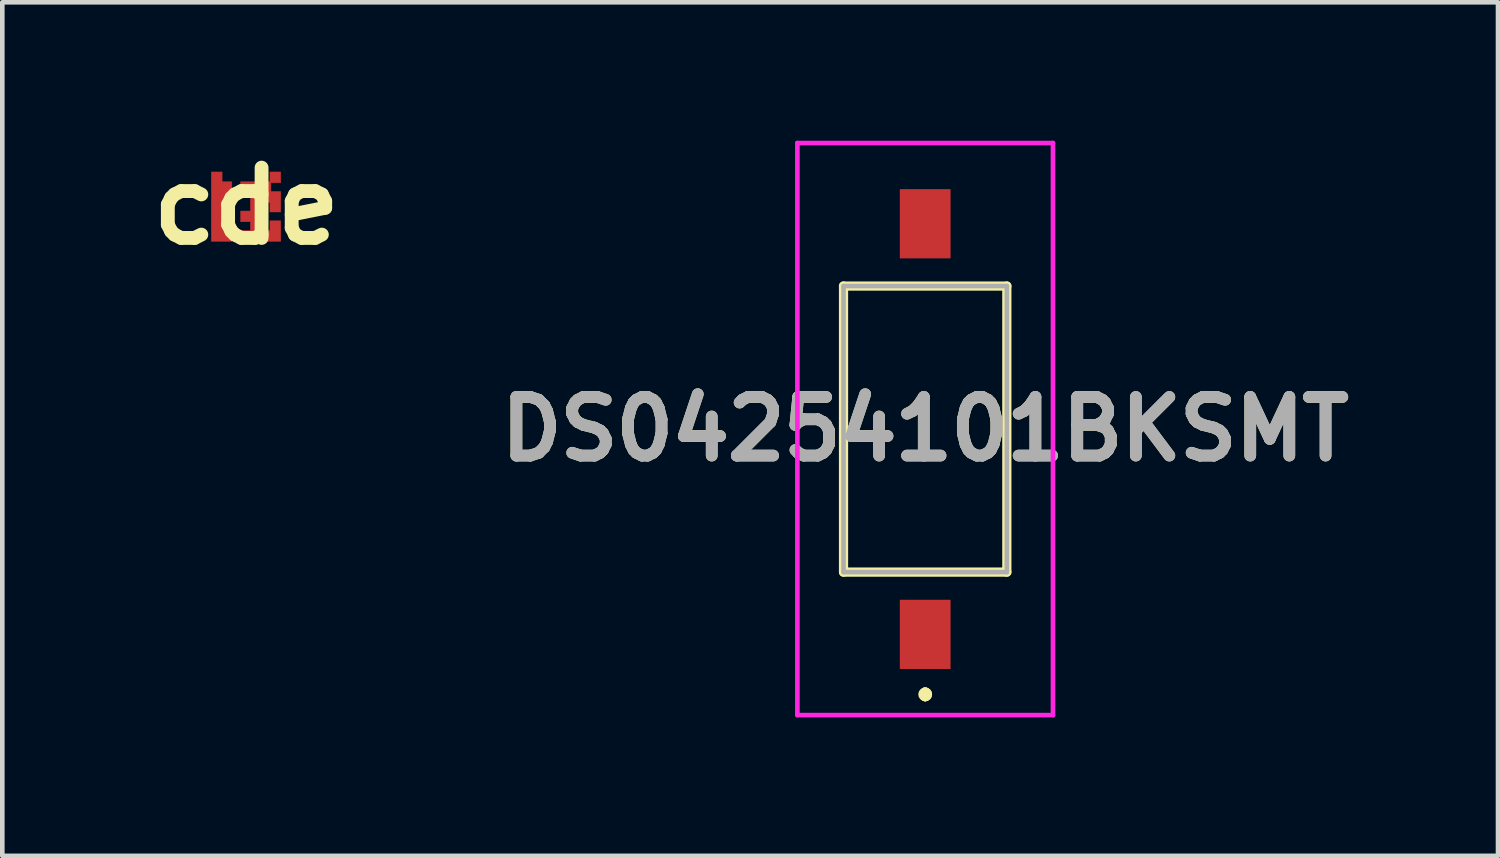
<source format=kicad_pcb>
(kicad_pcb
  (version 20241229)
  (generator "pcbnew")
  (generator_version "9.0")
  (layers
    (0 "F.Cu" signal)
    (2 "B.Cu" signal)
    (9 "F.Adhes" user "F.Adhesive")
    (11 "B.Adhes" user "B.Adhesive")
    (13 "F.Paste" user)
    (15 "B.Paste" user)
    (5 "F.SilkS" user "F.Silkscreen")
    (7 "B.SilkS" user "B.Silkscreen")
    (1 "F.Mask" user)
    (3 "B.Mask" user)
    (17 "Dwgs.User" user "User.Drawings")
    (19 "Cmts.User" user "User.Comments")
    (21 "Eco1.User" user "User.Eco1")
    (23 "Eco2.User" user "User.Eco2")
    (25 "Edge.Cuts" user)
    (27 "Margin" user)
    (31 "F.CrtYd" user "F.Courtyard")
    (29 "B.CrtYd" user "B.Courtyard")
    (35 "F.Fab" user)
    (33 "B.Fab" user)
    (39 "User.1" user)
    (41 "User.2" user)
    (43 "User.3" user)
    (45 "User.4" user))
  (footprint "DS04254101BKSMT"
    (layer "F.Cu")
    (at 17.003 6.25)
    (property "Reference" "DS04254101BKSMT" (at 0 0 0) (layer "F.SilkS") (effects (font (size 1.27 1.27) (thickness 0.254))))
    (attr smd)
    (fp_line (start -1.77 -3.1) (end 1.77 -3.1) (stroke (width 0.2) (type solid)) (layer "F.SilkS"))
    (fp_line (start -1.77 3.1) (end -1.77 -3.1) (stroke (width 0.2) (type solid)) (layer "F.SilkS"))
    (fp_line (start 0 5.7) (end 0 5.7) (stroke (width 0.2) (type solid)) (layer "F.SilkS"))
    (fp_line (start 0 5.8) (end 0 5.8) (stroke (width 0.2) (type solid)) (layer "F.SilkS"))
    (fp_line (start 0 5.8) (end 0 5.8) (stroke (width 0.2) (type solid)) (layer "F.SilkS"))
    (fp_line (start 1.77 -3.1) (end 1.77 3.1) (stroke (width 0.2) (type solid)) (layer "F.SilkS"))
    (fp_line (start 1.77 3.1) (end -1.77 3.1) (stroke (width 0.2) (type solid)) (layer "F.SilkS"))
    (fp_arc (start 0 5.7) (mid 0.05 5.75) (end 0 5.8) (stroke (width 0.2) (type solid)) (layer "F.SilkS"))
    (fp_arc (start 0 5.7) (mid 0.05 5.75) (end 0 5.8) (stroke (width 0.2) (type solid)) (layer "F.SilkS"))
    (fp_arc (start 0 5.8) (mid -0.05 5.75) (end 0 5.7) (stroke (width 0.2) (type solid)) (layer "F.SilkS"))
    (fp_line (start -2.77 -6.2) (end 2.77 -6.2) (stroke (width 0.1) (type solid)) (layer "F.CrtYd"))
    (fp_line (start -2.77 6.2) (end -2.77 -6.2) (stroke (width 0.1) (type solid)) (layer "F.CrtYd"))
    (fp_line (start 2.77 -6.2) (end 2.77 6.2) (stroke (width 0.1) (type solid)) (layer "F.CrtYd"))
    (fp_line (start 2.77 6.2) (end -2.77 6.2) (stroke (width 0.1) (type solid)) (layer "F.CrtYd"))
    (fp_line (start -1.77 -3.1) (end -1.77 3.1) (stroke (width 0.1) (type solid)) (layer "F.Fab"))
    (fp_line (start -1.77 3.1) (end 1.77 3.1) (stroke (width 0.1) (type solid)) (layer "F.Fab"))
    (fp_line (start 1.77 -3.1) (end -1.77 -3.1) (stroke (width 0.1) (type solid)) (layer "F.Fab"))
    (fp_line (start 1.77 3.1) (end 1.77 -3.1) (stroke (width 0.1) (type solid)) (layer "F.Fab"))
    (fp_text user "${REFERENCE}" (at 0 0 0) (layer "F.Fab") (effects (font (size 1.27 1.27) (thickness 0.254))))
    (pad "1" smd rect (at 0 4.45) (size 1.1 1.5) (layers "F.Cu" "F.Mask" "F.Paste"))
    (pad "2" smd rect (at 0 -4.45) (size 1.1 1.5) (layers "F.Cu" "F.Mask" "F.Paste")))
  (footprint "cde"
    (layer "F.Cu")
    (at 2.293 1.418)
    (property "Reference" "cde" (at 0 0 0) (layer "F.SilkS") (effects (font (size 1.524 1.524) (thickness 0.3))))
    (attr through_hole)
    (fp_poly (pts (xy -0.529 -0.529) (xy -0.318 -0.529) (xy -0.318 0.762) (xy -0.762 0.762) (xy -0.762 -0.741) (xy -0.529 -0.741) (xy -0.529 -0.529)) (stroke (width 0.01) (type solid)) (fill yes) (layer "F.Cu"))
    (fp_poly (pts (xy 0.741 -0.508) (xy 0.529 -0.508) (xy 0.529 -0.318) (xy 0.741 -0.318) (xy 0.741 0.127) (xy 0.508 0.127) (xy 0.508 -0.085) (xy 0.318 -0.085) (xy 0.318 0.529) (xy 0.508 0.529) (xy 0.508 0.318) (xy 0.741 0.318) (xy 0.741 0.762) (xy -0.127 0.762) (xy -0.127 0.529) (xy 0.085 0.529) (xy 0.085 0.339) (xy -0.127 0.339) (xy -0.127 0.106) (xy 0.085 0.106) (xy 0.085 -0.296) (xy -0.127 -0.296) (xy -0.127 -0.529) (xy 0.508 -0.529) (xy 0.508 -0.741) (xy 0.741 -0.741) (xy 0.741 -0.508)) (stroke (width 0.01) (type solid)) (fill yes) (layer "F.Cu")))
  (gr_rect
    (start -3 -3)
    (end 29.419 15.5)
    (stroke (width 0.1) (type default))
    (fill no)
    (layer "Edge.Cuts")))
</source>
